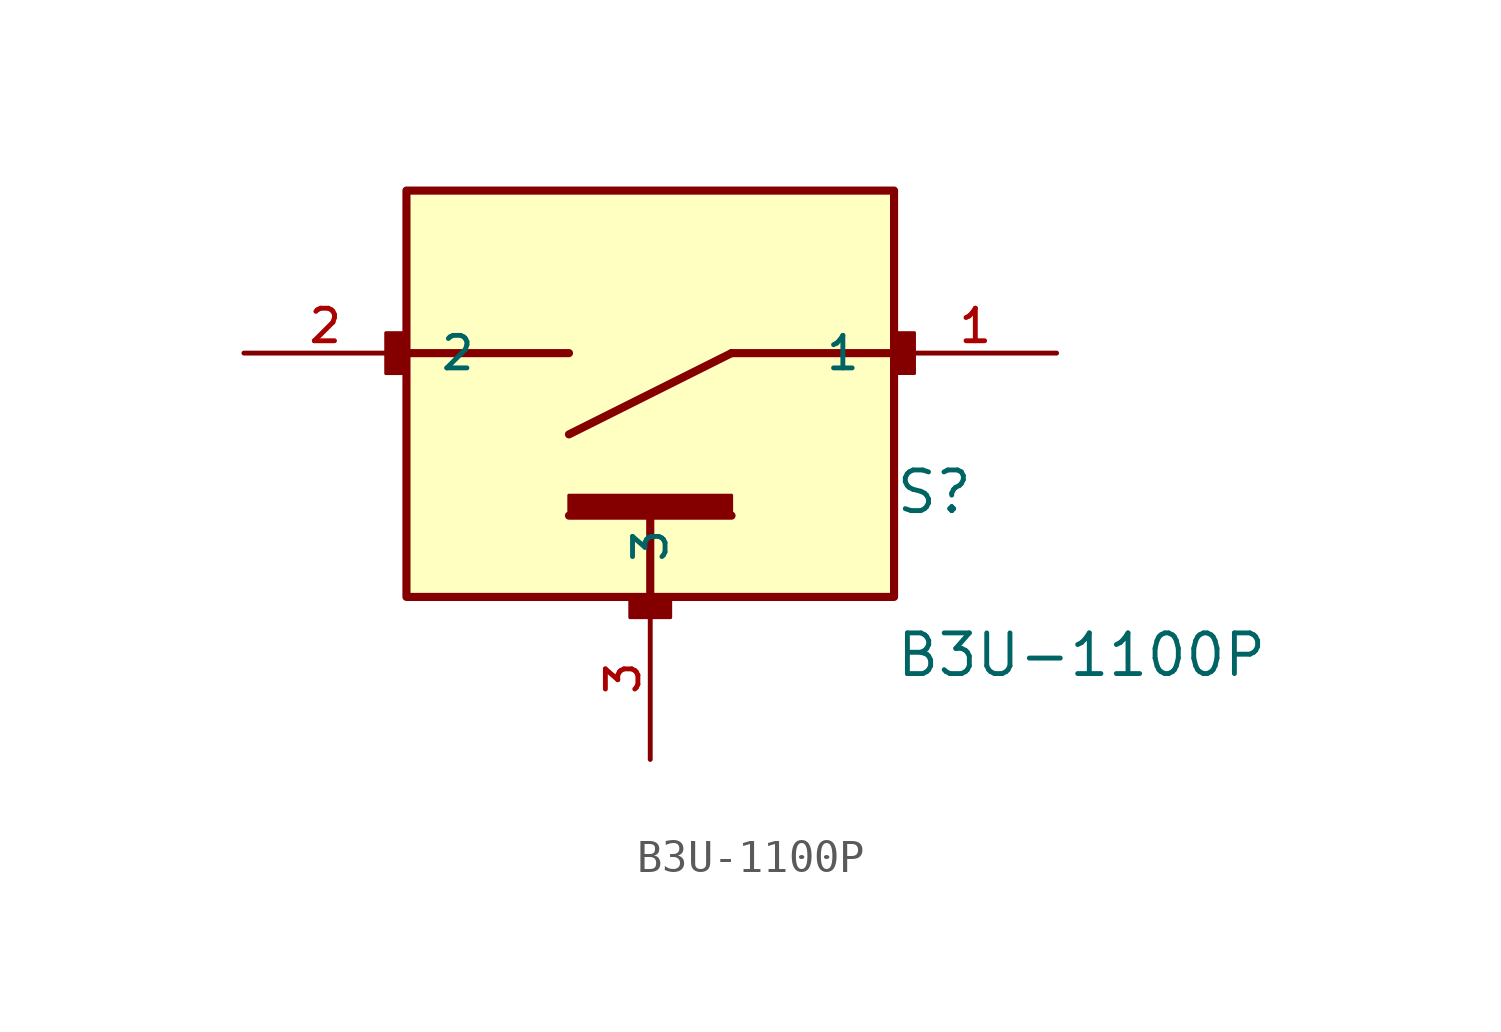
<source format=kicad_sym>
(kicad_symbol_lib
  (version 20231120)
  (generator "kicad_symbol_editor")
  (generator_version "8.0")
  (symbol "B3U-1100P"
    (pin_names
      (offset 1.016))
    (property "Reference" "S"
      (at 7.629 -5.086 0)
      (effects (font (size 1.27 1.27)) (justify left bottom)))
    (property "Value" "B3U-1100P"
      (at 7.635 -10.179 0)
      (effects (font (size 1.27 1.27)) (justify left bottom)))
    (symbol "B3U-1100P_0_0"
      (rectangle (start -8.264 -0.636) (end -7.62 0.635) (stroke (width 0.1) (type default)) (fill (type outline)))
      (rectangle (start -7.62 5.08) (end 7.62 -7.62) (stroke (width 0.254) (type default)) (fill (type background)))
      (rectangle (start -2.542 -5.085) (end 2.54 -4.445) (stroke (width 0.1) (type default)) (fill (type outline)))
      (rectangle (start -0.636 -8.264) (end 0.635 -7.62) (stroke (width 0.1) (type default)) (fill (type outline)))
      (polyline (pts (xy -2.54 -5.08) (xy 0 -5.08)) (stroke (width 0.254) (type default)) (fill (type none)))
      (polyline (pts (xy -2.54 -2.54) (xy 2.54 0)) (stroke (width 0.254) (type default)) (fill (type none)))
      (polyline (pts (xy -2.54 0) (xy -7.62 0)) (stroke (width 0.254) (type default)) (fill (type none)))
      (polyline (pts (xy 0 -5.08) (xy 0 -7.62)) (stroke (width 0.254) (type default)) (fill (type none)))
      (polyline (pts (xy 0 -5.08) (xy 2.54 -5.08)) (stroke (width 0.254) (type default)) (fill (type none)))
      (polyline (pts (xy 2.54 0) (xy 7.62 0)) (stroke (width 0.254) (type default)) (fill (type none)))
      (rectangle (start 7.625 -0.635) (end 8.255 0.635) (stroke (width 0.1) (type default)) (fill (type outline)))
      (pin passive line (at 12.7 0 180) (length 5.08) (name "1" (effects (font (size 1.016 1.016)))) (number "1" (effects (font (size 1.016 1.016)))))
      (pin passive line (at -12.7 0 0) (length 5.08) (name "2" (effects (font (size 1.016 1.016)))) (number "2" (effects (font (size 1.016 1.016)))))
      (pin passive line (at 0 -12.7 90) (length 5.08) (name "3" (effects (font (size 1.016 1.016)))) (number "3" (effects (font (size 1.016 1.016))))))))
</source>
